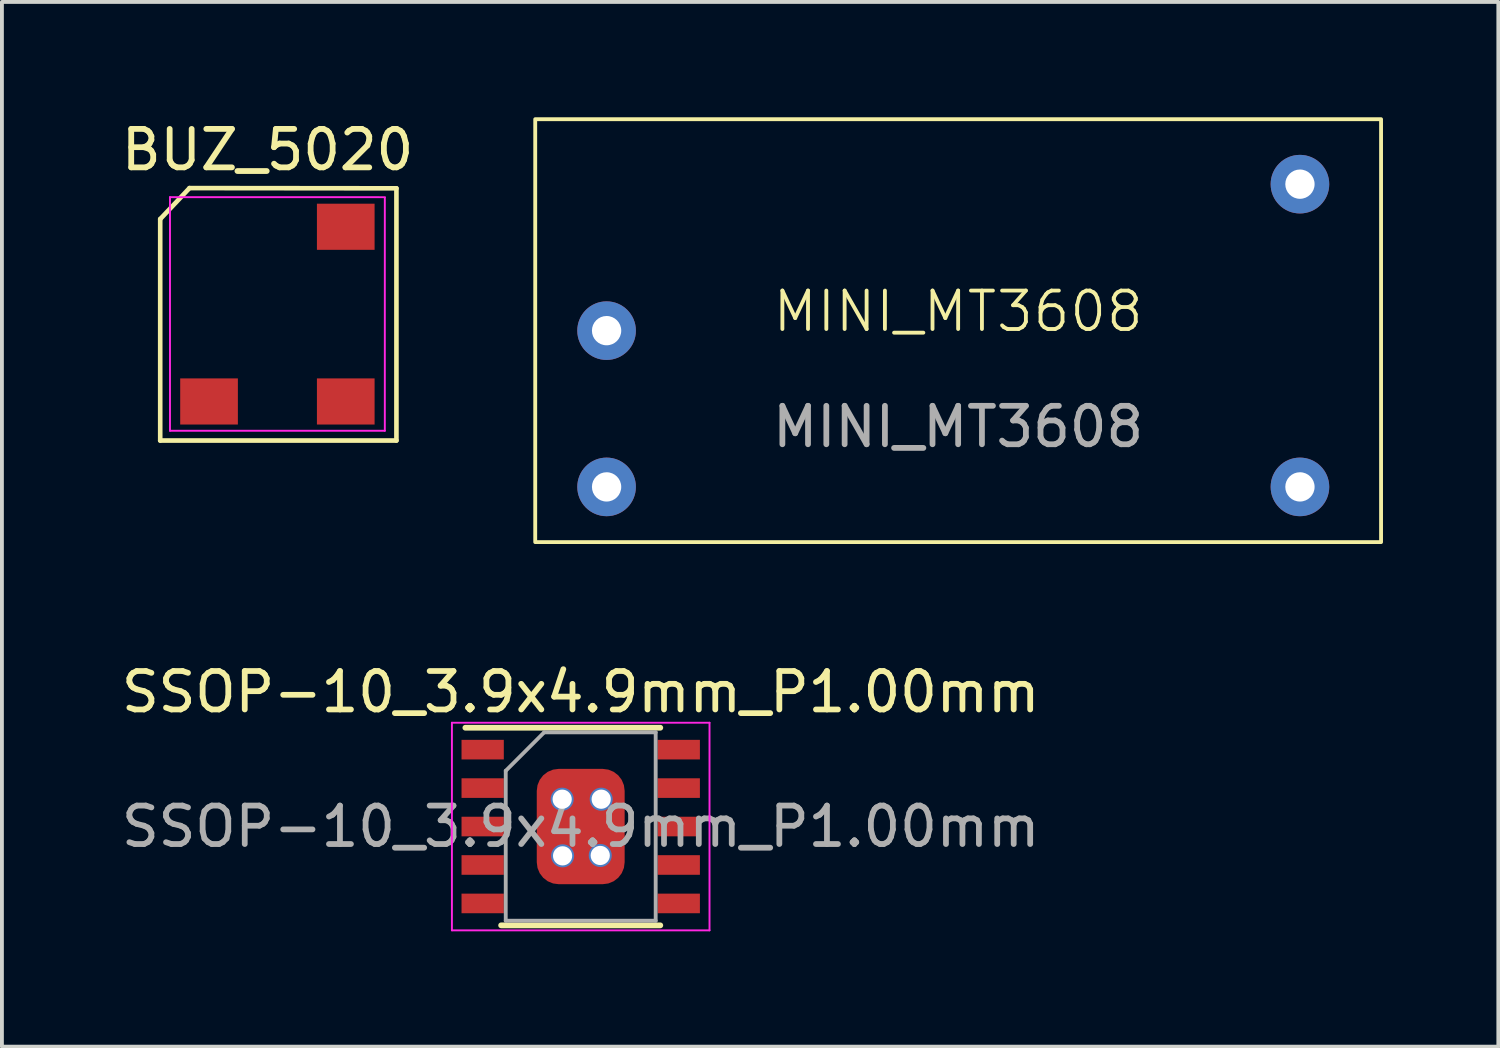
<source format=kicad_pcb>
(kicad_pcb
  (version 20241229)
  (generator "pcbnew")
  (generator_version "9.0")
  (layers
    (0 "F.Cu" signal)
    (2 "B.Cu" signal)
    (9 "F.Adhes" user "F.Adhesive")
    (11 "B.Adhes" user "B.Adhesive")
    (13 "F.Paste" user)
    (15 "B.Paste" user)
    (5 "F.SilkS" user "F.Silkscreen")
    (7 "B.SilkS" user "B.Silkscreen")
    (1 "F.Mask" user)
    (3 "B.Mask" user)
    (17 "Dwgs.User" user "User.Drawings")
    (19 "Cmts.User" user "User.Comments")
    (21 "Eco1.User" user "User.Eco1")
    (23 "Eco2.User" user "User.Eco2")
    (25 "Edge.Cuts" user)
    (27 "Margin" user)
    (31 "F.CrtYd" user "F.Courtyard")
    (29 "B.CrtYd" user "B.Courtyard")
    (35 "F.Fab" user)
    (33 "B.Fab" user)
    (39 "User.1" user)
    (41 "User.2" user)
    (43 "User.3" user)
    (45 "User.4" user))
  (footprint "BUZ_5020"
    (layer "F.Cu")
    (at 3.911 4.598)
    (property "Reference" "BUZ_5020" (at 0 -3.75 0) (layer "F.SilkS") (effects (font (size 1 1) (thickness 0.15))))
    (attr smd)
    (fp_line (start -2.794 -1.95) (end -2.032 -2.756) (stroke (width 0.12) (type default)) (layer "F.SilkS"))
    (fp_line (start -2.794 3.81) (end -2.794 -1.95) (stroke (width 0.12) (type default)) (layer "F.SilkS"))
    (fp_line (start -2.032 -2.756) (end 3.35 -2.75) (stroke (width 0.12) (type default)) (layer "F.SilkS"))
    (fp_line (start 3.35 -2.75) (end 3.35 3.81) (stroke (width 0.12) (type default)) (layer "F.SilkS"))
    (fp_line (start 3.35 3.81) (end -2.794 3.81) (stroke (width 0.12) (type default)) (layer "F.SilkS"))
    (fp_line (start -2.54 -2.52) (end 3.052 -2.519) (stroke (width 0.05) (type default)) (layer "F.CrtYd"))
    (fp_line (start -2.54 3.556) (end -2.54 -2.52) (stroke (width 0.05) (type default)) (layer "F.CrtYd"))
    (fp_line (start 3.048 -2.5) (end 3.048 3.556) (stroke (width 0.05) (type default)) (layer "F.CrtYd"))
    (fp_line (start 3.048 3.556) (end -2.54 3.556) (stroke (width 0.05) (type default)) (layer "F.CrtYd"))
    (pad "1" smd rect (at -1.524 2.794 270) (size 1.2 1.5) (layers "F.Cu" "F.Mask" "F.Paste"))
    (pad "2" smd rect (at 2.032 2.794 270) (size 1.2 1.5) (layers "F.Cu" "F.Mask" "F.Paste"))
    (pad "3" smd rect (at 2.032 -1.75 270) (size 1.2 1.5) (layers "F.Cu" "F.Mask" "F.Paste")))
  (footprint "MINI_MT3608"
    (layer "F.Cu")
    (at 21.871 5.55)
    (property "Reference" "MINI_MT3608" (at 0 -0.5 0) (unlocked yes) (layer "F.SilkS") (effects (font (size 1 1) (thickness 0.1))))
    (attr through_hole)
    (fp_rect (start -11 -5.5) (end 11 5.5) (stroke (width 0.1) (type default)) (fill no) (layer "F.SilkS"))
    (fp_text user "${REFERENCE}" (at 0 2.5 0) (unlocked yes) (layer "F.Fab") (effects (font (size 1 1) (thickness 0.15))))
    (pad "1" thru_hole circle (at -9.144 0) (size 1.524 1.524) (drill 0.762) (layers "*.Cu" "*.Mask"))
    (pad "2" thru_hole circle (at -9.144 4.064) (size 1.524 1.524) (drill 0.762) (layers "*.Cu" "*.Mask"))
    (pad "3" thru_hole circle (at 8.89 4.064) (size 1.524 1.524) (drill 0.762) (layers "*.Cu" "*.Mask"))
    (pad "4" thru_hole circle (at 8.89 -3.81) (size 1.524 1.524) (drill 0.762) (layers "*.Cu" "*.Mask")))
  (footprint "SSOP-10_3.9x4.9mm_P1.00mm"
    (layer "F.Cu")
    (at 12.054 18.448)
    (property "Reference" "SSOP-10_3.9x4.9mm_P1.00mm" (at 0 -3.5 0) (layer "F.SilkS") (effects (font (size 1 1) (thickness 0.15))))
    (attr smd)
    (fp_line (start -3 -2.57) (end 2.07 -2.57) (stroke (width 0.15) (type solid)) (layer "F.SilkS"))
    (fp_line (start -2.07 2.57) (end 2.07 2.57) (stroke (width 0.15) (type solid)) (layer "F.SilkS"))
    (fp_line (start -3.35 -2.7) (end -3.35 2.7) (stroke (width 0.05) (type solid)) (layer "F.CrtYd"))
    (fp_line (start -3.35 -2.7) (end 3.35 -2.7) (stroke (width 0.05) (type solid)) (layer "F.CrtYd"))
    (fp_line (start -3.35 2.7) (end 3.35 2.7) (stroke (width 0.05) (type solid)) (layer "F.CrtYd"))
    (fp_line (start 3.35 -2.7) (end 3.35 2.7) (stroke (width 0.05) (type solid)) (layer "F.CrtYd"))
    (fp_line (start -1.95 -1.45) (end -0.95 -2.45) (stroke (width 0.1) (type solid)) (layer "F.Fab"))
    (fp_line (start -1.95 2.45) (end -1.95 -1.45) (stroke (width 0.1) (type solid)) (layer "F.Fab"))
    (fp_line (start -0.95 -2.45) (end 1.95 -2.45) (stroke (width 0.1) (type solid)) (layer "F.Fab"))
    (fp_line (start 1.95 -2.45) (end 1.95 2.45) (stroke (width 0.1) (type solid)) (layer "F.Fab"))
    (fp_line (start 1.95 2.45) (end -1.95 2.45) (stroke (width 0.1) (type solid)) (layer "F.Fab"))
    (fp_text user "${REFERENCE}" (at 0 0 0) (layer "F.Fab") (effects (font (size 1 1) (thickness 0.15))))
    (pad "0" thru_hole circle (at -0.482 -0.711) (size 0.6 0.6) (drill 0.5) (layers "*.Cu" "*.Mask"))
    (pad "0" thru_hole circle (at -0.471 0.762) (size 0.6 0.6) (drill 0.5) (layers "*.Cu" "*.Mask"))
    (pad "0" smd roundrect (at 0 0) (size 2.286 3) (layers "F.Cu" "F.Mask" "F.Paste") (roundrect_rratio 0.25))
    (pad "0" thru_hole circle (at 0.508 0.752) (size 0.6 0.6) (drill 0.5) (layers "*.Cu" "*.Mask"))
    (pad "0" thru_hole circle (at 0.533 -0.711) (size 0.6 0.6) (drill 0.5) (layers "*.Cu" "*.Mask"))
    (pad "1" smd rect (at -2.55 -2) (size 1.1 0.51) (layers "F.Cu" "F.Mask" "F.Paste"))
    (pad "2" smd rect (at -2.55 -1) (size 1.1 0.51) (layers "F.Cu" "F.Mask" "F.Paste"))
    (pad "3" smd rect (at -2.55 0) (size 1.1 0.51) (layers "F.Cu" "F.Mask" "F.Paste"))
    (pad "4" smd rect (at -2.55 1) (size 1.1 0.51) (layers "F.Cu" "F.Mask" "F.Paste"))
    (pad "5" smd rect (at -2.55 2) (size 1.1 0.51) (layers "F.Cu" "F.Mask" "F.Paste"))
    (pad "6" smd rect (at 2.55 2) (size 1.1 0.51) (layers "F.Cu" "F.Mask" "F.Paste"))
    (pad "7" smd rect (at 2.55 1) (size 1.1 0.51) (layers "F.Cu" "F.Mask" "F.Paste"))
    (pad "8" smd rect (at 2.55 0) (size 1.1 0.51) (layers "F.Cu" "F.Mask" "F.Paste"))
    (pad "9" smd rect (at 2.55 -1) (size 1.1 0.51) (layers "F.Cu" "F.Mask" "F.Paste"))
    (pad "10" smd rect (at 2.55 -2) (size 1.1 0.51) (layers "F.Cu" "F.Mask" "F.Paste")))
  (gr_rect
    (start -3 -3)
    (end 35.921 24.173)
    (stroke (width 0.1) (type default))
    (fill no)
    (layer "Edge.Cuts")))
</source>
